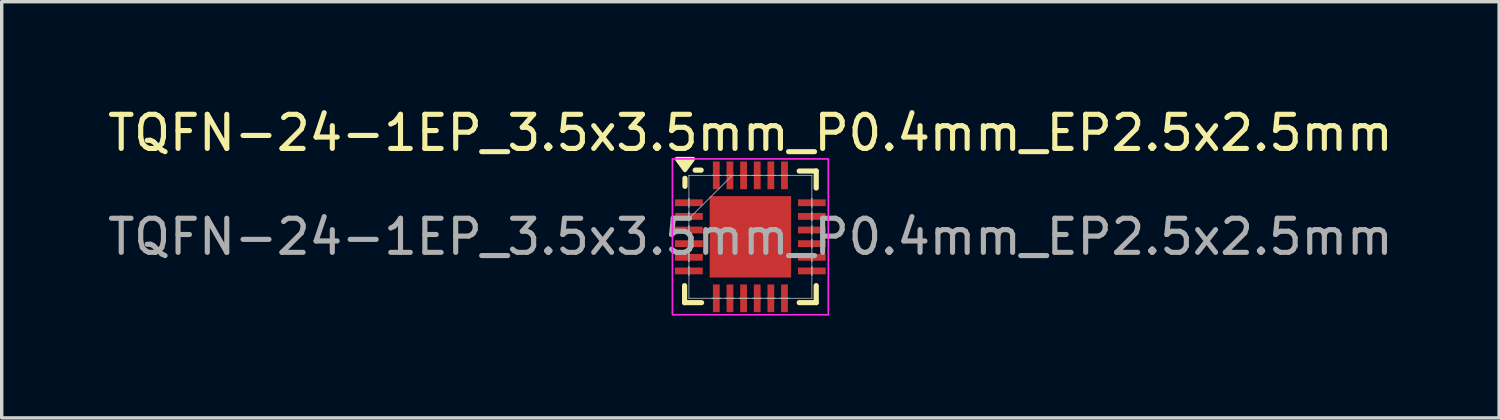
<source format=kicad_pcb>
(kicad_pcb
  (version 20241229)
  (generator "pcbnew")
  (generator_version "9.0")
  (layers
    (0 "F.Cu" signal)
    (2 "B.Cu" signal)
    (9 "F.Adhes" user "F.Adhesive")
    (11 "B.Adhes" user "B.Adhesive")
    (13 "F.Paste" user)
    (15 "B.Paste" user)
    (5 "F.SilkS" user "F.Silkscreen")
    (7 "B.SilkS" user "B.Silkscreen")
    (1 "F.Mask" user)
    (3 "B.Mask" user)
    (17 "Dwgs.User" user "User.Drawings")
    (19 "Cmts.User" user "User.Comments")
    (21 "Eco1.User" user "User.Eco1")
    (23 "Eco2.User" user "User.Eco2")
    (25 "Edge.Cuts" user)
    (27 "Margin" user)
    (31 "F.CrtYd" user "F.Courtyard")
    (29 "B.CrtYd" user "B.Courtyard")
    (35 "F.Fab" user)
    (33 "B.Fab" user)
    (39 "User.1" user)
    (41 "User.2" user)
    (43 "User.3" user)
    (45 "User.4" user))
  (footprint "TQFN-24-1EP_3.5x3.5mm_P0.4mm_EP2.5x2.5mm"
    (layer "F.Cu")
    (at 18.958 3.896)
    (property "Reference" "TQFN-24-1EP_3.5x3.5mm_P0.4mm_EP2.5x2.5mm" (at 0 -3.048 0) (unlocked yes) (layer "F.SilkS") (effects (font (size 1 1) (thickness 0.15))))
    (attr smd)
    (fp_line (start -1.93 1.432) (end -1.93 1.93) (stroke (width 0.152) (type solid)) (layer "F.SilkS"))
    (fp_line (start -1.93 1.93) (end -1.432 1.93) (stroke (width 0.152) (type solid)) (layer "F.SilkS"))
    (fp_line (start -1.919 -1.481) (end -1.919 -1.716) (stroke (width 0.152) (type solid)) (layer "F.SilkS"))
    (fp_line (start -1.444 -1.956) (end -1.619 -1.956) (stroke (width 0.152) (type solid)) (layer "F.SilkS"))
    (fp_line (start 1.432 1.93) (end 1.93 1.93) (stroke (width 0.152) (type solid)) (layer "F.SilkS"))
    (fp_line (start 1.93 -1.93) (end 1.432 -1.93) (stroke (width 0.152) (type solid)) (layer "F.SilkS"))
    (fp_line (start 1.93 -1.432) (end 1.93 -1.93) (stroke (width 0.152) (type solid)) (layer "F.SilkS"))
    (fp_line (start 1.93 1.93) (end 1.93 1.432) (stroke (width 0.152) (type solid)) (layer "F.SilkS"))
    (fp_poly (pts (xy -1.919 -1.956) (xy -2.159 -2.286) (xy -1.679 -2.286) (xy -1.919 -1.956)) (stroke (width 0.12) (type solid)) (fill yes) (layer "F.SilkS"))
    (fp_poly (pts (xy -0.937 -0.937) (xy -0.127 -0.937) (xy -0.127 -0.127) (xy -0.937 -0.127)) (stroke (width 0.01) (type solid)) (fill yes) (layer "F.Paste"))
    (fp_poly (pts (xy -0.937 0.127) (xy -0.127 0.127) (xy -0.127 0.937) (xy -0.937 0.937)) (stroke (width 0.01) (type solid)) (fill yes) (layer "F.Paste"))
    (fp_poly (pts (xy 0.127 -0.937) (xy 0.937 -0.937) (xy 0.937 -0.127) (xy 0.127 -0.127)) (stroke (width 0.01) (type solid)) (fill yes) (layer "F.Paste"))
    (fp_poly (pts (xy 0.127 0.127) (xy 0.937 0.127) (xy 0.937 0.937) (xy 0.127 0.937)) (stroke (width 0.01) (type solid)) (fill yes) (layer "F.Paste"))
    (fp_rect (start -2.286 -2.286) (end 2.286 2.286) (stroke (width 0.05) (type default)) (fill no) (layer "F.CrtYd"))
    (fp_line (start -1.803 -1.803) (end -1.803 -1.803) (stroke (width 0.025) (type solid)) (layer "F.Fab"))
    (fp_line (start -1.803 -1.803) (end -1.803 1.803) (stroke (width 0.025) (type solid)) (layer "F.Fab"))
    (fp_line (start -1.803 -1.125) (end -1.803 -1.125) (stroke (width 0.025) (type solid)) (layer "F.Fab"))
    (fp_line (start -1.803 -1.125) (end -1.803 -0.875) (stroke (width 0.025) (type solid)) (layer "F.Fab"))
    (fp_line (start -1.803 -0.875) (end -1.803 -1.125) (stroke (width 0.025) (type solid)) (layer "F.Fab"))
    (fp_line (start -1.803 -0.875) (end -1.803 -0.875) (stroke (width 0.025) (type solid)) (layer "F.Fab"))
    (fp_line (start -1.803 -0.725) (end -1.803 -0.725) (stroke (width 0.025) (type solid)) (layer "F.Fab"))
    (fp_line (start -1.803 -0.725) (end -1.803 -0.475) (stroke (width 0.025) (type solid)) (layer "F.Fab"))
    (fp_line (start -1.803 -0.533) (end -0.533 -1.803) (stroke (width 0.025) (type solid)) (layer "F.Fab"))
    (fp_line (start -1.803 -0.475) (end -1.803 -0.725) (stroke (width 0.025) (type solid)) (layer "F.Fab"))
    (fp_line (start -1.803 -0.475) (end -1.803 -0.475) (stroke (width 0.025) (type solid)) (layer "F.Fab"))
    (fp_line (start -1.803 -0.325) (end -1.803 -0.325) (stroke (width 0.025) (type solid)) (layer "F.Fab"))
    (fp_line (start -1.803 -0.325) (end -1.803 -0.075) (stroke (width 0.025) (type solid)) (layer "F.Fab"))
    (fp_line (start -1.803 -0.075) (end -1.803 -0.325) (stroke (width 0.025) (type solid)) (layer "F.Fab"))
    (fp_line (start -1.803 -0.075) (end -1.803 -0.075) (stroke (width 0.025) (type solid)) (layer "F.Fab"))
    (fp_line (start -1.803 0.075) (end -1.803 0.075) (stroke (width 0.025) (type solid)) (layer "F.Fab"))
    (fp_line (start -1.803 0.075) (end -1.803 0.325) (stroke (width 0.025) (type solid)) (layer "F.Fab"))
    (fp_line (start -1.803 0.325) (end -1.803 0.075) (stroke (width 0.025) (type solid)) (layer "F.Fab"))
    (fp_line (start -1.803 0.325) (end -1.803 0.325) (stroke (width 0.025) (type solid)) (layer "F.Fab"))
    (fp_line (start -1.803 0.475) (end -1.803 0.475) (stroke (width 0.025) (type solid)) (layer "F.Fab"))
    (fp_line (start -1.803 0.475) (end -1.803 0.725) (stroke (width 0.025) (type solid)) (layer "F.Fab"))
    (fp_line (start -1.803 0.725) (end -1.803 0.475) (stroke (width 0.025) (type solid)) (layer "F.Fab"))
    (fp_line (start -1.803 0.725) (end -1.803 0.725) (stroke (width 0.025) (type solid)) (layer "F.Fab"))
    (fp_line (start -1.803 0.875) (end -1.803 0.875) (stroke (width 0.025) (type solid)) (layer "F.Fab"))
    (fp_line (start -1.803 0.875) (end -1.803 1.125) (stroke (width 0.025) (type solid)) (layer "F.Fab"))
    (fp_line (start -1.803 1.125) (end -1.803 0.875) (stroke (width 0.025) (type solid)) (layer "F.Fab"))
    (fp_line (start -1.803 1.125) (end -1.803 1.125) (stroke (width 0.025) (type solid)) (layer "F.Fab"))
    (fp_line (start -1.803 1.803) (end -1.803 1.803) (stroke (width 0.025) (type solid)) (layer "F.Fab"))
    (fp_line (start -1.803 1.803) (end 1.803 1.803) (stroke (width 0.025) (type solid)) (layer "F.Fab"))
    (fp_line (start -1.125 -1.803) (end -1.125 -1.803) (stroke (width 0.025) (type solid)) (layer "F.Fab"))
    (fp_line (start -1.125 -1.803) (end -0.875 -1.803) (stroke (width 0.025) (type solid)) (layer "F.Fab"))
    (fp_line (start -1.125 1.803) (end -1.125 1.803) (stroke (width 0.025) (type solid)) (layer "F.Fab"))
    (fp_line (start -1.125 1.803) (end -0.875 1.803) (stroke (width 0.025) (type solid)) (layer "F.Fab"))
    (fp_line (start -0.875 -1.803) (end -1.125 -1.803) (stroke (width 0.025) (type solid)) (layer "F.Fab"))
    (fp_line (start -0.875 -1.803) (end -0.875 -1.803) (stroke (width 0.025) (type solid)) (layer "F.Fab"))
    (fp_line (start -0.875 1.803) (end -1.125 1.803) (stroke (width 0.025) (type solid)) (layer "F.Fab"))
    (fp_line (start -0.875 1.803) (end -0.875 1.803) (stroke (width 0.025) (type solid)) (layer "F.Fab"))
    (fp_line (start -0.725 -1.803) (end -0.725 -1.803) (stroke (width 0.025) (type solid)) (layer "F.Fab"))
    (fp_line (start -0.725 -1.803) (end -0.475 -1.803) (stroke (width 0.025) (type solid)) (layer "F.Fab"))
    (fp_line (start -0.725 1.803) (end -0.725 1.803) (stroke (width 0.025) (type solid)) (layer "F.Fab"))
    (fp_line (start -0.725 1.803) (end -0.475 1.803) (stroke (width 0.025) (type solid)) (layer "F.Fab"))
    (fp_line (start -0.475 -1.803) (end -0.725 -1.803) (stroke (width 0.025) (type solid)) (layer "F.Fab"))
    (fp_line (start -0.475 -1.803) (end -0.475 -1.803) (stroke (width 0.025) (type solid)) (layer "F.Fab"))
    (fp_line (start -0.475 1.803) (end -0.725 1.803) (stroke (width 0.025) (type solid)) (layer "F.Fab"))
    (fp_line (start -0.475 1.803) (end -0.475 1.803) (stroke (width 0.025) (type solid)) (layer "F.Fab"))
    (fp_line (start -0.325 -1.803) (end -0.325 -1.803) (stroke (width 0.025) (type solid)) (layer "F.Fab"))
    (fp_line (start -0.325 -1.803) (end -0.075 -1.803) (stroke (width 0.025) (type solid)) (layer "F.Fab"))
    (fp_line (start -0.325 1.803) (end -0.325 1.803) (stroke (width 0.025) (type solid)) (layer "F.Fab"))
    (fp_line (start -0.325 1.803) (end -0.075 1.803) (stroke (width 0.025) (type solid)) (layer "F.Fab"))
    (fp_line (start -0.075 -1.803) (end -0.325 -1.803) (stroke (width 0.025) (type solid)) (layer "F.Fab"))
    (fp_line (start -0.075 -1.803) (end -0.075 -1.803) (stroke (width 0.025) (type solid)) (layer "F.Fab"))
    (fp_line (start -0.075 1.803) (end -0.325 1.803) (stroke (width 0.025) (type solid)) (layer "F.Fab"))
    (fp_line (start -0.075 1.803) (end -0.075 1.803) (stroke (width 0.025) (type solid)) (layer "F.Fab"))
    (fp_line (start 0.075 -1.803) (end 0.075 -1.803) (stroke (width 0.025) (type solid)) (layer "F.Fab"))
    (fp_line (start 0.075 -1.803) (end 0.325 -1.803) (stroke (width 0.025) (type solid)) (layer "F.Fab"))
    (fp_line (start 0.075 1.803) (end 0.075 1.803) (stroke (width 0.025) (type solid)) (layer "F.Fab"))
    (fp_line (start 0.075 1.803) (end 0.325 1.803) (stroke (width 0.025) (type solid)) (layer "F.Fab"))
    (fp_line (start 0.325 -1.803) (end 0.075 -1.803) (stroke (width 0.025) (type solid)) (layer "F.Fab"))
    (fp_line (start 0.325 -1.803) (end 0.325 -1.803) (stroke (width 0.025) (type solid)) (layer "F.Fab"))
    (fp_line (start 0.325 1.803) (end 0.075 1.803) (stroke (width 0.025) (type solid)) (layer "F.Fab"))
    (fp_line (start 0.325 1.803) (end 0.325 1.803) (stroke (width 0.025) (type solid)) (layer "F.Fab"))
    (fp_line (start 0.475 -1.803) (end 0.475 -1.803) (stroke (width 0.025) (type solid)) (layer "F.Fab"))
    (fp_line (start 0.475 -1.803) (end 0.725 -1.803) (stroke (width 0.025) (type solid)) (layer "F.Fab"))
    (fp_line (start 0.475 1.803) (end 0.475 1.803) (stroke (width 0.025) (type solid)) (layer "F.Fab"))
    (fp_line (start 0.475 1.803) (end 0.725 1.803) (stroke (width 0.025) (type solid)) (layer "F.Fab"))
    (fp_line (start 0.725 -1.803) (end 0.475 -1.803) (stroke (width 0.025) (type solid)) (layer "F.Fab"))
    (fp_line (start 0.725 -1.803) (end 0.725 -1.803) (stroke (width 0.025) (type solid)) (layer "F.Fab"))
    (fp_line (start 0.725 1.803) (end 0.475 1.803) (stroke (width 0.025) (type solid)) (layer "F.Fab"))
    (fp_line (start 0.725 1.803) (end 0.725 1.803) (stroke (width 0.025) (type solid)) (layer "F.Fab"))
    (fp_line (start 0.875 -1.803) (end 0.875 -1.803) (stroke (width 0.025) (type solid)) (layer "F.Fab"))
    (fp_line (start 0.875 -1.803) (end 1.125 -1.803) (stroke (width 0.025) (type solid)) (layer "F.Fab"))
    (fp_line (start 0.875 1.803) (end 0.875 1.803) (stroke (width 0.025) (type solid)) (layer "F.Fab"))
    (fp_line (start 0.875 1.803) (end 1.125 1.803) (stroke (width 0.025) (type solid)) (layer "F.Fab"))
    (fp_line (start 1.125 -1.803) (end 0.875 -1.803) (stroke (width 0.025) (type solid)) (layer "F.Fab"))
    (fp_line (start 1.125 -1.803) (end 1.125 -1.803) (stroke (width 0.025) (type solid)) (layer "F.Fab"))
    (fp_line (start 1.125 1.803) (end 0.875 1.803) (stroke (width 0.025) (type solid)) (layer "F.Fab"))
    (fp_line (start 1.125 1.803) (end 1.125 1.803) (stroke (width 0.025) (type solid)) (layer "F.Fab"))
    (fp_line (start 1.803 -1.803) (end -1.803 -1.803) (stroke (width 0.025) (type solid)) (layer "F.Fab"))
    (fp_line (start 1.803 -1.803) (end 1.803 -1.803) (stroke (width 0.025) (type solid)) (layer "F.Fab"))
    (fp_line (start 1.803 -1.125) (end 1.803 -1.125) (stroke (width 0.025) (type solid)) (layer "F.Fab"))
    (fp_line (start 1.803 -1.125) (end 1.803 -0.875) (stroke (width 0.025) (type solid)) (layer "F.Fab"))
    (fp_line (start 1.803 -0.875) (end 1.803 -1.125) (stroke (width 0.025) (type solid)) (layer "F.Fab"))
    (fp_line (start 1.803 -0.875) (end 1.803 -0.875) (stroke (width 0.025) (type solid)) (layer "F.Fab"))
    (fp_line (start 1.803 -0.725) (end 1.803 -0.725) (stroke (width 0.025) (type solid)) (layer "F.Fab"))
    (fp_line (start 1.803 -0.725) (end 1.803 -0.475) (stroke (width 0.025) (type solid)) (layer "F.Fab"))
    (fp_line (start 1.803 -0.475) (end 1.803 -0.725) (stroke (width 0.025) (type solid)) (layer "F.Fab"))
    (fp_line (start 1.803 -0.475) (end 1.803 -0.475) (stroke (width 0.025) (type solid)) (layer "F.Fab"))
    (fp_line (start 1.803 -0.325) (end 1.803 -0.325) (stroke (width 0.025) (type solid)) (layer "F.Fab"))
    (fp_line (start 1.803 -0.325) (end 1.803 -0.075) (stroke (width 0.025) (type solid)) (layer "F.Fab"))
    (fp_line (start 1.803 -0.075) (end 1.803 -0.325) (stroke (width 0.025) (type solid)) (layer "F.Fab"))
    (fp_line (start 1.803 -0.075) (end 1.803 -0.075) (stroke (width 0.025) (type solid)) (layer "F.Fab"))
    (fp_line (start 1.803 0.075) (end 1.803 0.075) (stroke (width 0.025) (type solid)) (layer "F.Fab"))
    (fp_line (start 1.803 0.075) (end 1.803 0.325) (stroke (width 0.025) (type solid)) (layer "F.Fab"))
    (fp_line (start 1.803 0.325) (end 1.803 0.075) (stroke (width 0.025) (type solid)) (layer "F.Fab"))
    (fp_line (start 1.803 0.325) (end 1.803 0.325) (stroke (width 0.025) (type solid)) (layer "F.Fab"))
    (fp_line (start 1.803 0.475) (end 1.803 0.475) (stroke (width 0.025) (type solid)) (layer "F.Fab"))
    (fp_line (start 1.803 0.475) (end 1.803 0.725) (stroke (width 0.025) (type solid)) (layer "F.Fab"))
    (fp_line (start 1.803 0.725) (end 1.803 0.475) (stroke (width 0.025) (type solid)) (layer "F.Fab"))
    (fp_line (start 1.803 0.725) (end 1.803 0.725) (stroke (width 0.025) (type solid)) (layer "F.Fab"))
    (fp_line (start 1.803 0.875) (end 1.803 0.875) (stroke (width 0.025) (type solid)) (layer "F.Fab"))
    (fp_line (start 1.803 0.875) (end 1.803 1.125) (stroke (width 0.025) (type solid)) (layer "F.Fab"))
    (fp_line (start 1.803 1.125) (end 1.803 0.875) (stroke (width 0.025) (type solid)) (layer "F.Fab"))
    (fp_line (start 1.803 1.125) (end 1.803 1.125) (stroke (width 0.025) (type solid)) (layer "F.Fab"))
    (fp_line (start 1.803 1.803) (end 1.803 -1.803) (stroke (width 0.025) (type solid)) (layer "F.Fab"))
    (fp_line (start 1.803 1.803) (end 1.803 1.803) (stroke (width 0.025) (type solid)) (layer "F.Fab"))
    (fp_text user "${REFERENCE}" (at 0 0 0) (unlocked yes) (layer "F.Fab") (effects (font (size 1 1) (thickness 0.15))))
    (pad "1" smd rect (at -1.803 -1 90) (size 0.199 0.813) (layers "F.Cu" "F.Mask" "F.Paste"))
    (pad "2" smd rect (at -1.803 -0.6 90) (size 0.199 0.813) (layers "F.Cu" "F.Mask" "F.Paste"))
    (pad "3" smd rect (at -1.803 -0.2 90) (size 0.199 0.813) (layers "F.Cu" "F.Mask" "F.Paste"))
    (pad "4" smd rect (at -1.803 0.2 90) (size 0.199 0.813) (layers "F.Cu" "F.Mask" "F.Paste"))
    (pad "5" smd rect (at -1.803 0.6 90) (size 0.199 0.813) (layers "F.Cu" "F.Mask" "F.Paste"))
    (pad "6" smd rect (at -1.803 1 90) (size 0.199 0.813) (layers "F.Cu" "F.Mask" "F.Paste"))
    (pad "7" smd rect (at -1 1.803) (size 0.199 0.813) (layers "F.Cu" "F.Mask" "F.Paste"))
    (pad "8" smd rect (at -0.6 1.803) (size 0.199 0.813) (layers "F.Cu" "F.Mask" "F.Paste"))
    (pad "9" smd rect (at -0.2 1.803) (size 0.199 0.813) (layers "F.Cu" "F.Mask" "F.Paste"))
    (pad "10" smd rect (at 0.2 1.803) (size 0.199 0.813) (layers "F.Cu" "F.Mask" "F.Paste"))
    (pad "11" smd rect (at 0.6 1.803) (size 0.199 0.813) (layers "F.Cu" "F.Mask" "F.Paste"))
    (pad "12" smd rect (at 1 1.803) (size 0.199 0.813) (layers "F.Cu" "F.Mask" "F.Paste"))
    (pad "13" smd rect (at 1.803 1 90) (size 0.199 0.813) (layers "F.Cu" "F.Mask" "F.Paste"))
    (pad "14" smd rect (at 1.803 0.6 90) (size 0.199 0.813) (layers "F.Cu" "F.Mask" "F.Paste"))
    (pad "15" smd rect (at 1.803 0.2 90) (size 0.199 0.813) (layers "F.Cu" "F.Mask" "F.Paste"))
    (pad "16" smd rect (at 1.803 -0.2 90) (size 0.199 0.813) (layers "F.Cu" "F.Mask" "F.Paste"))
    (pad "17" smd rect (at 1.803 -0.6 90) (size 0.199 0.813) (layers "F.Cu" "F.Mask" "F.Paste"))
    (pad "18" smd rect (at 1.803 -1 90) (size 0.199 0.813) (layers "F.Cu" "F.Mask" "F.Paste"))
    (pad "19" smd rect (at 1 -1.803) (size 0.199 0.813) (layers "F.Cu" "F.Mask" "F.Paste"))
    (pad "20" smd rect (at 0.6 -1.803) (size 0.199 0.813) (layers "F.Cu" "F.Mask" "F.Paste"))
    (pad "21" smd rect (at 0.2 -1.803) (size 0.199 0.813) (layers "F.Cu" "F.Mask" "F.Paste"))
    (pad "22" smd rect (at -0.2 -1.803) (size 0.199 0.813) (layers "F.Cu" "F.Mask" "F.Paste"))
    (pad "23" smd rect (at -0.6 -1.803) (size 0.199 0.813) (layers "F.Cu" "F.Mask" "F.Paste"))
    (pad "24" smd rect (at -1 -1.803) (size 0.199 0.813) (layers "F.Cu" "F.Mask" "F.Paste"))
    (pad "25" smd rect (at 0 0) (size 2.388 2.388) (layers "F.Cu" "F.Mask")))
  (gr_rect
    (start -3 -3)
    (end 40.917 9.207)
    (stroke (width 0.1) (type default))
    (fill no)
    (layer "Edge.Cuts")))
</source>
